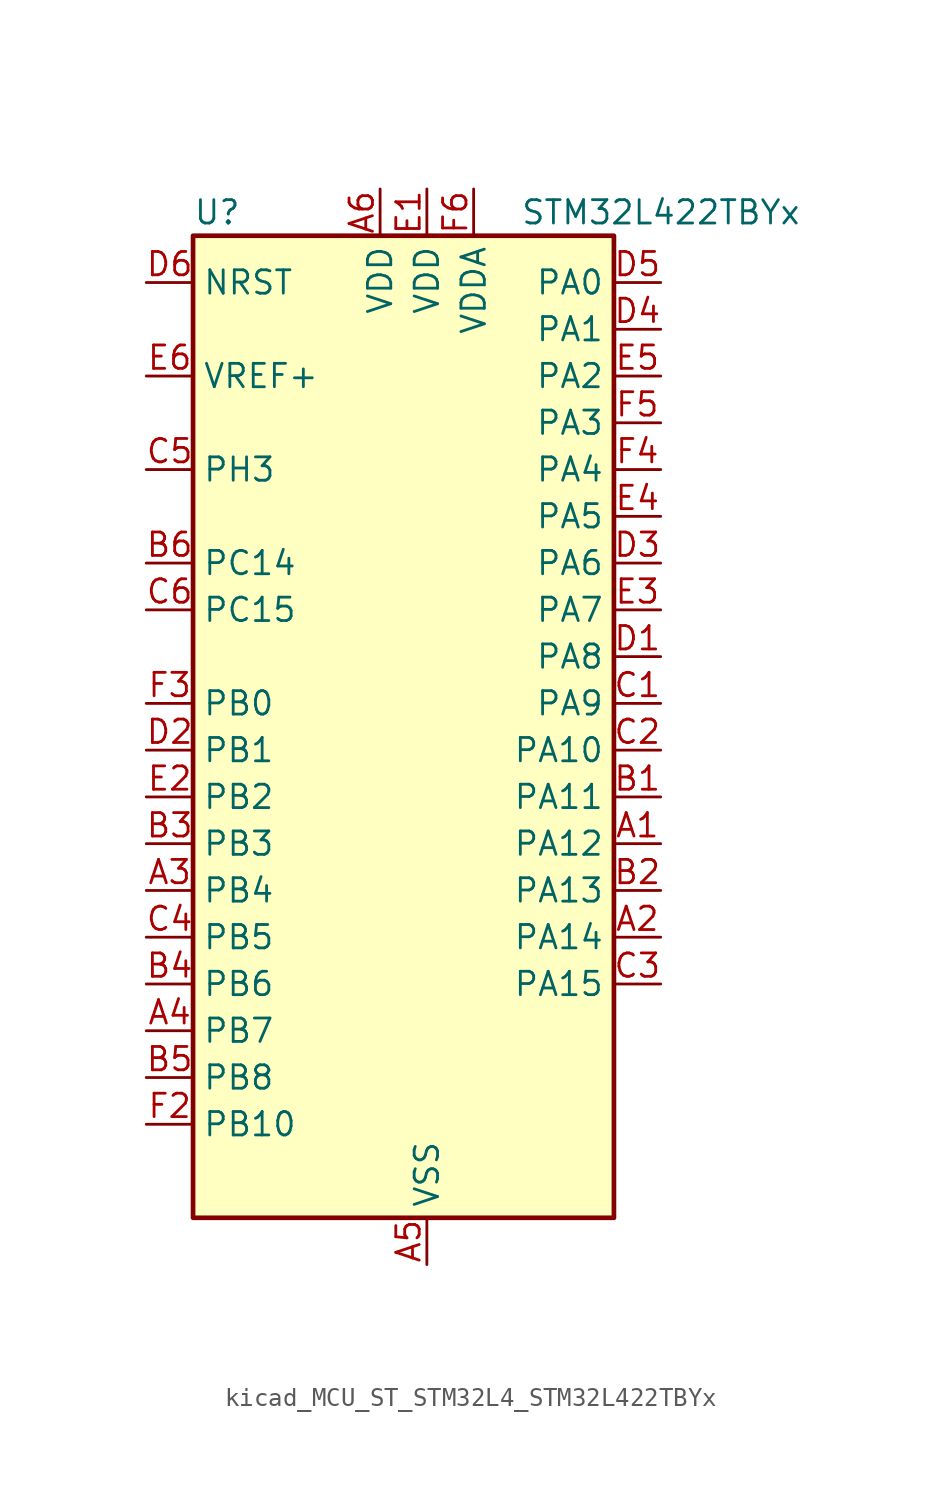
<source format=kicad_sym>
(kicad_symbol_lib
  (version 20220914)
  (generator kicad_symbol_editor)
  (symbol "kicad_MCU_ST_STM32L4_STM32L422TBYx"
    (property "Reference" "U"
      (at -10.16 29.21 0)
      (effects (font (size 1.27 1.27)) (justify left)))
    (property "Value" "STM32L422TBYx"
      (at 7.62 29.21 0)
      (effects (font (size 1.27 1.27)) (justify left)))
    (property "ki_locked" ""
      (at 0 0 0)
      (effects (font (size 1.27 1.27))))
    (symbol "kicad_MCU_ST_STM32L4_STM32L422TBYx_0_1"
      (rectangle (start -10.16 -25.4) (end 12.7 27.94) (stroke (width 0.254) (type default)) (fill (type background))))
    (symbol "kicad_MCU_ST_STM32L4_STM32L422TBYx_1_1"
      (pin bidirectional line (at 15.24 -5.08 180) (length 2.54) (name "PA12" (effects (font (size 1.27 1.27)))) (number "A1" (effects (font (size 1.27 1.27)))) (alternate "SPI1_MOSI" bidirectional line) (alternate "TIM1_ETR" bidirectional line) (alternate "USART1_DE" bidirectional line) (alternate "USART1_RTS" bidirectional line) (alternate "USB_DP" bidirectional line))
      (pin bidirectional line (at 15.24 -10.16 180) (length 2.54) (name "PA14" (effects (font (size 1.27 1.27)))) (number "A2" (effects (font (size 1.27 1.27)))) (alternate "I2C1_SMBA" bidirectional line) (alternate "LPTIM1_OUT" bidirectional line) (alternate "SYS_JTCK-SWCLK" bidirectional line))
      (pin bidirectional line (at -12.7 -7.62 0) (length 2.54) (name "PB4" (effects (font (size 1.27 1.27)))) (number "A3" (effects (font (size 1.27 1.27)))) (alternate "I2C3_SDA" bidirectional line) (alternate "SPI1_MISO" bidirectional line) (alternate "SYS_JTRST" bidirectional line) (alternate "TSC_G2_IO1" bidirectional line) (alternate "USART1_CTS" bidirectional line))
      (pin bidirectional line (at -12.7 -15.24 0) (length 2.54) (name "PB7" (effects (font (size 1.27 1.27)))) (number "A4" (effects (font (size 1.27 1.27)))) (alternate "I2C1_SDA" bidirectional line) (alternate "LPTIM1_IN2" bidirectional line) (alternate "SYS_PVD_IN" bidirectional line) (alternate "SYS_TRACECLK" bidirectional line) (alternate "TSC_G2_IO4" bidirectional line) (alternate "USART1_RX" bidirectional line))
      (pin power_in line (at 2.54 -27.94 90) (length 2.54) (name "VSS" (effects (font (size 1.27 1.27)))) (number "A5" (effects (font (size 1.27 1.27)))))
      (pin power_in line (at 0 30.48 270) (length 2.54) (name "VDD" (effects (font (size 1.27 1.27)))) (number "A6" (effects (font (size 1.27 1.27)))))
      (pin bidirectional line (at 15.24 -2.54 180) (length 2.54) (name "PA11" (effects (font (size 1.27 1.27)))) (number "B1" (effects (font (size 1.27 1.27)))) (alternate "ADC1_EXTI11" bidirectional line) (alternate "ADC2_EXTI11" bidirectional line) (alternate "COMP1_OUT" bidirectional line) (alternate "SPI1_MISO" bidirectional line) (alternate "TIM1_BKIN2" bidirectional line) (alternate "TIM1_BKIN2_COMP1" bidirectional line) (alternate "TIM1_CH4" bidirectional line) (alternate "USART1_CTS" bidirectional line) (alternate "USB_DM" bidirectional line))
      (pin bidirectional line (at 15.24 -7.62 180) (length 2.54) (name "PA13" (effects (font (size 1.27 1.27)))) (number "B2" (effects (font (size 1.27 1.27)))) (alternate "IR_OUT" bidirectional line) (alternate "SYS_JTMS-SWDIO" bidirectional line) (alternate "USB_NOE" bidirectional line))
      (pin bidirectional line (at -12.7 -5.08 0) (length 2.54) (name "PB3" (effects (font (size 1.27 1.27)))) (number "B3" (effects (font (size 1.27 1.27)))) (alternate "SPI1_SCK" bidirectional line) (alternate "SYS_JTDO-SWO" bidirectional line) (alternate "TIM2_CH2" bidirectional line) (alternate "USART1_DE" bidirectional line) (alternate "USART1_RTS" bidirectional line))
      (pin bidirectional line (at -12.7 -12.7 0) (length 2.54) (name "PB6" (effects (font (size 1.27 1.27)))) (number "B4" (effects (font (size 1.27 1.27)))) (alternate "I2C1_SCL" bidirectional line) (alternate "LPTIM1_ETR" bidirectional line) (alternate "SYS_TRACED3" bidirectional line) (alternate "TIM16_CH1N" bidirectional line) (alternate "TSC_G2_IO3" bidirectional line) (alternate "USART1_TX" bidirectional line))
      (pin bidirectional line (at -12.7 -17.78 0) (length 2.54) (name "PB8" (effects (font (size 1.27 1.27)))) (number "B5" (effects (font (size 1.27 1.27)))) (alternate "I2C1_SCL" bidirectional line) (alternate "TIM16_CH1" bidirectional line))
      (pin bidirectional line (at -12.7 10.16 0) (length 2.54) (name "PC14" (effects (font (size 1.27 1.27)))) (number "B6" (effects (font (size 1.27 1.27)))) (alternate "RCC_OSC32_IN" bidirectional line))
      (pin bidirectional line (at 15.24 2.54 180) (length 2.54) (name "PA9" (effects (font (size 1.27 1.27)))) (number "C1" (effects (font (size 1.27 1.27)))) (alternate "I2C1_SCL" bidirectional line) (alternate "TIM15_BKIN" bidirectional line) (alternate "TIM1_CH2" bidirectional line) (alternate "USART1_TX" bidirectional line))
      (pin bidirectional line (at 15.24 0 180) (length 2.54) (name "PA10" (effects (font (size 1.27 1.27)))) (number "C2" (effects (font (size 1.27 1.27)))) (alternate "CRS_SYNC" bidirectional line) (alternate "I2C1_SDA" bidirectional line) (alternate "TIM1_CH3" bidirectional line) (alternate "USART1_RX" bidirectional line))
      (pin bidirectional line (at 15.24 -12.7 180) (length 2.54) (name "PA15" (effects (font (size 1.27 1.27)))) (number "C3" (effects (font (size 1.27 1.27)))) (alternate "ADC1_EXTI15" bidirectional line) (alternate "ADC2_EXTI15" bidirectional line) (alternate "SPI1_NSS" bidirectional line) (alternate "SYS_JTDI" bidirectional line) (alternate "TIM2_CH1" bidirectional line) (alternate "TIM2_ETR" bidirectional line) (alternate "TSC_G3_IO1" bidirectional line) (alternate "USART2_RX" bidirectional line))
      (pin bidirectional line (at -12.7 -10.16 0) (length 2.54) (name "PB5" (effects (font (size 1.27 1.27)))) (number "C4" (effects (font (size 1.27 1.27)))) (alternate "I2C1_SMBA" bidirectional line) (alternate "LPTIM1_IN1" bidirectional line) (alternate "SPI1_MOSI" bidirectional line) (alternate "SYS_TRACED2" bidirectional line) (alternate "TIM16_BKIN" bidirectional line) (alternate "TSC_G2_IO2" bidirectional line) (alternate "USART1_CK" bidirectional line))
      (pin bidirectional line (at -12.7 15.24 0) (length 2.54) (name "PH3" (effects (font (size 1.27 1.27)))) (number "C5" (effects (font (size 1.27 1.27)))))
      (pin bidirectional line (at -12.7 7.62 0) (length 2.54) (name "PC15" (effects (font (size 1.27 1.27)))) (number "C6" (effects (font (size 1.27 1.27)))) (alternate "ADC1_EXTI15" bidirectional line) (alternate "ADC2_EXTI15" bidirectional line) (alternate "RCC_OSC32_OUT" bidirectional line))
      (pin bidirectional line (at 15.24 5.08 180) (length 2.54) (name "PA8" (effects (font (size 1.27 1.27)))) (number "D1" (effects (font (size 1.27 1.27)))) (alternate "LPTIM2_OUT" bidirectional line) (alternate "RCC_MCO" bidirectional line) (alternate "TIM1_CH1" bidirectional line) (alternate "USART1_CK" bidirectional line))
      (pin bidirectional line (at -12.7 0 0) (length 2.54) (name "PB1" (effects (font (size 1.27 1.27)))) (number "D2" (effects (font (size 1.27 1.27)))) (alternate "ADC1_IN16" bidirectional line) (alternate "ADC2_IN16" bidirectional line) (alternate "COMP1_INM" bidirectional line) (alternate "LPTIM2_IN1" bidirectional line) (alternate "LPUART1_DE" bidirectional line) (alternate "LPUART1_RTS" bidirectional line) (alternate "QUADSPI_BK1_IO0" bidirectional line) (alternate "SYS_TRACED1" bidirectional line) (alternate "TIM1_CH3N" bidirectional line))
      (pin bidirectional line (at 15.24 10.16 180) (length 2.54) (name "PA6" (effects (font (size 1.27 1.27)))) (number "D3" (effects (font (size 1.27 1.27)))) (alternate "ADC1_IN11" bidirectional line) (alternate "ADC2_IN11" bidirectional line) (alternate "COMP1_OUT" bidirectional line) (alternate "LPUART1_CTS" bidirectional line) (alternate "QUADSPI_BK1_IO3" bidirectional line) (alternate "SPI1_MISO" bidirectional line) (alternate "TIM16_CH1" bidirectional line) (alternate "TIM1_BKIN" bidirectional line))
      (pin bidirectional line (at 15.24 22.86 180) (length 2.54) (name "PA1" (effects (font (size 1.27 1.27)))) (number "D4" (effects (font (size 1.27 1.27)))) (alternate "ADC1_IN6" bidirectional line) (alternate "COMP1_INP" bidirectional line) (alternate "I2C1_SMBA" bidirectional line) (alternate "OPAMP1_VINM" bidirectional line) (alternate "SPI1_SCK" bidirectional line) (alternate "TIM15_CH1N" bidirectional line) (alternate "TIM2_CH2" bidirectional line) (alternate "USART2_DE" bidirectional line) (alternate "USART2_RTS" bidirectional line))
      (pin bidirectional line (at 15.24 25.4 180) (length 2.54) (name "PA0" (effects (font (size 1.27 1.27)))) (number "D5" (effects (font (size 1.27 1.27)))) (alternate "ADC1_IN5" bidirectional line) (alternate "COMP1_INM" bidirectional line) (alternate "COMP1_OUT" bidirectional line) (alternate "OPAMP1_VINP" bidirectional line) (alternate "RCC_CK_IN" bidirectional line) (alternate "RTC_TAMP2" bidirectional line) (alternate "SYS_WKUP1" bidirectional line) (alternate "TIM2_CH1" bidirectional line) (alternate "TIM2_ETR" bidirectional line) (alternate "USART2_CTS" bidirectional line))
      (pin input line (at -12.7 25.4 0) (length 2.54) (name "NRST" (effects (font (size 1.27 1.27)))) (number "D6" (effects (font (size 1.27 1.27)))))
      (pin power_in line (at 2.54 30.48 270) (length 2.54) (name "VDD" (effects (font (size 1.27 1.27)))) (number "E1" (effects (font (size 1.27 1.27)))))
      (pin bidirectional line (at -12.7 -2.54 0) (length 2.54) (name "PB2" (effects (font (size 1.27 1.27)))) (number "E2" (effects (font (size 1.27 1.27)))) (alternate "COMP1_INP" bidirectional line) (alternate "I2C3_SMBA" bidirectional line) (alternate "LPTIM1_OUT" bidirectional line) (alternate "RTC_OUT_ALARM" bidirectional line) (alternate "RTC_OUT_CALIB" bidirectional line))
      (pin bidirectional line (at 15.24 7.62 180) (length 2.54) (name "PA7" (effects (font (size 1.27 1.27)))) (number "E3" (effects (font (size 1.27 1.27)))) (alternate "ADC1_IN12" bidirectional line) (alternate "ADC2_IN12" bidirectional line) (alternate "I2C3_SCL" bidirectional line) (alternate "QUADSPI_BK1_IO2" bidirectional line) (alternate "SPI1_MOSI" bidirectional line) (alternate "TIM1_CH1N" bidirectional line))
      (pin bidirectional line (at 15.24 12.7 180) (length 2.54) (name "PA5" (effects (font (size 1.27 1.27)))) (number "E4" (effects (font (size 1.27 1.27)))) (alternate "ADC1_IN10" bidirectional line) (alternate "ADC2_IN10" bidirectional line) (alternate "COMP1_INM" bidirectional line) (alternate "LPTIM2_ETR" bidirectional line) (alternate "SPI1_SCK" bidirectional line) (alternate "TIM2_CH1" bidirectional line) (alternate "TIM2_ETR" bidirectional line))
      (pin bidirectional line (at 15.24 20.32 180) (length 2.54) (name "PA2" (effects (font (size 1.27 1.27)))) (number "E5" (effects (font (size 1.27 1.27)))) (alternate "ADC1_IN7" bidirectional line) (alternate "ADC2_IN7" bidirectional line) (alternate "LPUART1_TX" bidirectional line) (alternate "QUADSPI_BK1_NCS" bidirectional line) (alternate "RCC_LSCO" bidirectional line) (alternate "SYS_WKUP4" bidirectional line) (alternate "TIM15_CH1" bidirectional line) (alternate "TIM2_CH3" bidirectional line) (alternate "USART2_TX" bidirectional line))
      (pin input line (at -12.7 20.32 0) (length 2.54) (name "VREF+" (effects (font (size 1.27 1.27)))) (number "E6" (effects (font (size 1.27 1.27)))))
      (pin passive line (at 2.54 -27.94 90) (length 2.54) hide (name "VSS" (effects (font (size 1.27 1.27)))) (number "F1" (effects (font (size 1.27 1.27)))))
      (pin bidirectional line (at -12.7 -20.32 0) (length 2.54) (name "PB10" (effects (font (size 1.27 1.27)))) (number "F2" (effects (font (size 1.27 1.27)))) (alternate "COMP1_OUT" bidirectional line) (alternate "LPUART1_RX" bidirectional line) (alternate "QUADSPI_CLK" bidirectional line) (alternate "TIM2_CH3" bidirectional line) (alternate "TSC_SYNC" bidirectional line))
      (pin bidirectional line (at -12.7 2.54 0) (length 2.54) (name "PB0" (effects (font (size 1.27 1.27)))) (number "F3" (effects (font (size 1.27 1.27)))) (alternate "ADC1_IN15" bidirectional line) (alternate "ADC2_IN15" bidirectional line) (alternate "COMP1_OUT" bidirectional line) (alternate "QUADSPI_BK1_IO1" bidirectional line) (alternate "SPI1_NSS" bidirectional line) (alternate "SYS_TRACED0" bidirectional line) (alternate "TIM1_CH2N" bidirectional line))
      (pin bidirectional line (at 15.24 15.24 180) (length 2.54) (name "PA4" (effects (font (size 1.27 1.27)))) (number "F4" (effects (font (size 1.27 1.27)))) (alternate "ADC1_IN9" bidirectional line) (alternate "ADC2_IN9" bidirectional line) (alternate "COMP1_INM" bidirectional line) (alternate "LPTIM2_OUT" bidirectional line) (alternate "SPI1_NSS" bidirectional line) (alternate "USART2_CK" bidirectional line))
      (pin bidirectional line (at 15.24 17.78 180) (length 2.54) (name "PA3" (effects (font (size 1.27 1.27)))) (number "F5" (effects (font (size 1.27 1.27)))) (alternate "ADC1_IN8" bidirectional line) (alternate "ADC2_IN8" bidirectional line) (alternate "LPUART1_RX" bidirectional line) (alternate "OPAMP1_VOUT" bidirectional line) (alternate "QUADSPI_CLK" bidirectional line) (alternate "TIM15_CH2" bidirectional line) (alternate "TIM2_CH4" bidirectional line) (alternate "USART2_RX" bidirectional line))
      (pin power_in line (at 5.08 30.48 270) (length 2.54) (name "VDDA" (effects (font (size 1.27 1.27)))) (number "F6" (effects (font (size 1.27 1.27))))))))
</source>
